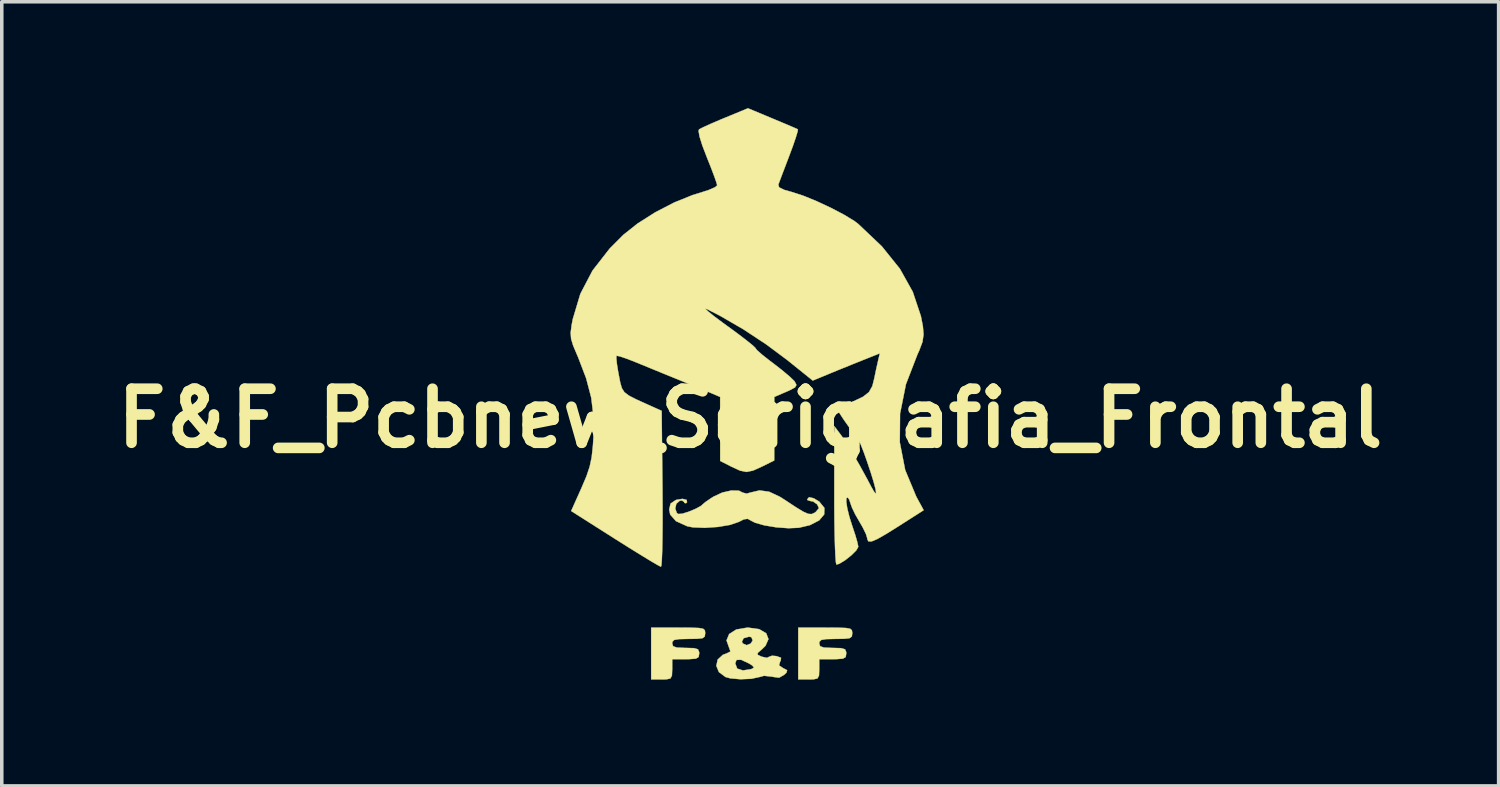
<source format=kicad_pcb>
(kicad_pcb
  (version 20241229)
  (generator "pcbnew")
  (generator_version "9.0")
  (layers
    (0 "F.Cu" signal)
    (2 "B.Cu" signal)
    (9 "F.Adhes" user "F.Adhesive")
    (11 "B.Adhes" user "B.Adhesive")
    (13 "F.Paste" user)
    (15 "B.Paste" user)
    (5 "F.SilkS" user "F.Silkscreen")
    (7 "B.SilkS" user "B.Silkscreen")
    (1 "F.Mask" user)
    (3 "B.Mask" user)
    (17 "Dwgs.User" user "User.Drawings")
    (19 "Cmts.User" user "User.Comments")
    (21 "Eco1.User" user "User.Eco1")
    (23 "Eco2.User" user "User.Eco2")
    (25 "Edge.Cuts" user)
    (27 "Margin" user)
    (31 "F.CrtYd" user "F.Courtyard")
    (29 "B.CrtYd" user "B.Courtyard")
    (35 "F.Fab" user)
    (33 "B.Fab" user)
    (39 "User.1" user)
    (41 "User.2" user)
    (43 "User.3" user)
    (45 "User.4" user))
  (footprint "F&F_Pcbnew_Serigrafia_Frontal"
    (layer "F.Cu")
    (at 18.114 8.751)
    (property "Reference" "F&F_Pcbnew_Serigrafia_Frontal" (at 0 0 0) (layer "F.SilkS") (effects (font (size 1.524 1.524) (thickness 0.3))))
    (attr through_hole)
    (fp_poly (pts (xy -1.671 5.907) (xy -1.447 5.915) (xy -1.328 5.937) (xy -1.279 5.98) (xy -1.27 6.05) (xy -1.27 6.064) (xy -1.282 6.155) (xy -1.346 6.203) (xy -1.503 6.22) (xy -1.736 6.223) (xy -2.005 6.229) (xy -2.145 6.252) (xy -2.196 6.305) (xy -2.201 6.35) (xy -2.176 6.429) (xy -2.073 6.467) (xy -1.848 6.477) (xy -1.82 6.477) (xy -1.585 6.484) (xy -1.474 6.516) (xy -1.441 6.593) (xy -1.439 6.636) (xy -1.455 6.734) (xy -1.533 6.78) (xy -1.718 6.794) (xy -1.82 6.795) (xy -2.201 6.795) (xy -2.201 7.08) (xy -2.208 7.256) (xy -2.251 7.339) (xy -2.366 7.364) (xy -2.498 7.366) (xy -2.794 7.366) (xy -2.794 5.905) (xy -2.032 5.905) (xy -1.671 5.907)) (stroke (width 0.01) (type solid)) (fill yes) (layer "F.SilkS"))
    (fp_poly (pts (xy 2.477 5.907) (xy 2.701 5.915) (xy 2.821 5.937) (xy 2.869 5.98) (xy 2.879 6.05) (xy 2.879 6.064) (xy 2.867 6.155) (xy 2.803 6.203) (xy 2.646 6.22) (xy 2.413 6.223) (xy 2.144 6.229) (xy 2.004 6.252) (xy 1.952 6.305) (xy 1.947 6.35) (xy 1.972 6.429) (xy 2.076 6.467) (xy 2.301 6.477) (xy 2.328 6.477) (xy 2.563 6.484) (xy 2.675 6.516) (xy 2.708 6.593) (xy 2.709 6.636) (xy 2.694 6.734) (xy 2.616 6.78) (xy 2.431 6.794) (xy 2.328 6.795) (xy 1.947 6.795) (xy 1.947 7.08) (xy 1.941 7.256) (xy 1.898 7.339) (xy 1.783 7.364) (xy 1.651 7.366) (xy 1.355 7.366) (xy 1.355 5.905) (xy 2.117 5.905) (xy 2.477 5.907)) (stroke (width 0.01) (type solid)) (fill yes) (layer "F.SilkS"))
    (fp_poly (pts (xy 0.254 5.949) (xy 0.451 6.064) (xy 0.515 6.228) (xy 0.431 6.418) (xy 0.331 6.515) (xy 0.213 6.617) (xy 0.21 6.671) (xy 0.32 6.723) (xy 0.324 6.725) (xy 0.475 6.758) (xy 0.522 6.732) (xy 0.614 6.698) (xy 0.739 6.708) (xy 0.87 6.755) (xy 0.858 6.841) (xy 0.844 6.862) (xy 0.812 6.969) (xy 0.926 7.046) (xy 0.928 7.047) (xy 1.042 7.107) (xy 1.023 7.174) (xy 0.959 7.235) (xy 0.816 7.317) (xy 0.647 7.295) (xy 0.633 7.29) (xy 0.391 7.263) (xy 0.27 7.296) (xy 0.03 7.348) (xy -0.276 7.361) (xy -0.563 7.335) (xy -0.697 7.298) (xy -0.883 7.159) (xy -0.956 6.982) (xy -0.94 6.911) (xy -0.423 6.911) (xy -0.368 7.06) (xy -0.206 7.113) (xy 0.035 7.073) (xy 0.108 7.034) (xy 0.056 6.972) (xy -0.035 6.915) (xy -0.255 6.812) (xy -0.385 6.815) (xy -0.423 6.911) (xy -0.94 6.911) (xy -0.918 6.806) (xy -0.77 6.671) (xy -0.665 6.633) (xy -0.558 6.579) (xy -0.591 6.479) (xy -0.593 6.477) (xy -0.655 6.302) (xy -0.234 6.302) (xy -0.209 6.353) (xy -0.1 6.4) (xy 0.016 6.353) (xy 0.07 6.265) (xy 0.034 6.175) (xy -0.031 6.16) (xy -0.185 6.203) (xy -0.234 6.302) (xy -0.655 6.302) (xy -0.668 6.266) (xy -0.594 6.086) (xy -0.394 5.958) (xy -0.087 5.906) (xy -0.06 5.905) (xy 0.254 5.949)) (stroke (width 0.01) (type solid)) (fill yes) (layer "F.SilkS"))
    (fp_poly (pts (xy 0.535 2.072) (xy 0.84 2.215) (xy 0.977 2.302) (xy 1.284 2.505) (xy 1.494 2.633) (xy 1.635 2.695) (xy 1.732 2.702) (xy 1.815 2.665) (xy 1.848 2.642) (xy 1.939 2.536) (xy 1.89 2.428) (xy 1.773 2.345) (xy 1.701 2.334) (xy 1.614 2.306) (xy 1.609 2.286) (xy 1.66 2.226) (xy 1.79 2.255) (xy 1.947 2.349) (xy 2.093 2.528) (xy 2.087 2.711) (xy 1.946 2.879) (xy 1.684 3.014) (xy 1.368 3.088) (xy 1.078 3.1) (xy 0.735 3.075) (xy 0.401 3.02) (xy 0.137 2.945) (xy 0.035 2.893) (xy -0.07 2.835) (xy -0.181 2.85) (xy -0.322 2.922) (xy -0.568 3.006) (xy -0.912 3.064) (xy -1.284 3.089) (xy -1.616 3.076) (xy -1.776 3.045) (xy -2.094 2.901) (xy -2.257 2.716) (xy -2.286 2.572) (xy -2.246 2.405) (xy -2.103 2.308) (xy -2.077 2.299) (xy -1.91 2.272) (xy -1.795 2.3) (xy -1.781 2.366) (xy -1.812 2.396) (xy -1.859 2.386) (xy -1.863 2.362) (xy -1.924 2.318) (xy -1.99 2.327) (xy -2.085 2.411) (xy -2.115 2.548) (xy -2.07 2.67) (xy -2.03 2.699) (xy -1.918 2.692) (xy -1.73 2.633) (xy -1.53 2.549) (xy -1.379 2.464) (xy -1.339 2.426) (xy -1.262 2.361) (xy -1.102 2.252) (xy -1.031 2.207) (xy -0.786 2.094) (xy -0.532 2.037) (xy -0.319 2.041) (xy -0.212 2.096) (xy -0.099 2.125) (xy -0.000428 2.096) (xy 0.264 2.034) (xy 0.535 2.072)) (stroke (width 0.01) (type solid)) (fill yes) (layer "F.SilkS"))
    (fp_poly (pts (xy 0.625 -8.459) (xy 0.928 -8.332) (xy 1.171 -8.229) (xy 1.318 -8.165) (xy 1.345 -8.152) (xy 1.336 -8.087) (xy 1.287 -7.924) (xy 1.207 -7.69) (xy 1.105 -7.415) (xy 0.994 -7.123) (xy 0.897 -6.869) (xy 0.827 -6.682) (xy 0.794 -6.594) (xy 0.814 -6.517) (xy 0.956 -6.446) (xy 1.168 -6.386) (xy 1.483 -6.285) (xy 1.867 -6.129) (xy 2.27 -5.941) (xy 2.644 -5.745) (xy 2.939 -5.566) (xy 3.048 -5.483) (xy 3.714 -4.851) (xy 4.223 -4.218) (xy 4.586 -3.568) (xy 4.815 -2.883) (xy 4.871 -2.597) (xy 4.89 -2.366) (xy 4.86 -2.156) (xy 4.767 -1.909) (xy 4.718 -1.803) (xy 4.393 -0.961) (xy 4.227 -0.132) (xy 4.22 0.678) (xy 4.372 1.459) (xy 4.683 2.205) (xy 4.688 2.215) (xy 4.893 2.592) (xy 4.188 3.042) (xy 3.833 3.264) (xy 3.584 3.406) (xy 3.424 3.473) (xy 3.336 3.473) (xy 3.303 3.411) (xy 3.301 3.381) (xy 3.266 3.265) (xy 3.177 3.082) (xy 3.09 2.931) (xy 2.966 2.716) (xy 2.873 2.522) (xy 2.84 2.431) (xy 2.795 2.297) (xy 2.755 2.236) (xy 2.715 2.248) (xy 2.71 2.359) (xy 2.739 2.545) (xy 2.798 2.782) (xy 2.881 3.044) (xy 2.962 3.286) (xy 3.021 3.491) (xy 3.048 3.618) (xy 3.048 3.628) (xy 2.991 3.728) (xy 2.851 3.866) (xy 2.677 4.004) (xy 2.515 4.102) (xy 2.434 4.127) (xy 2.418 4.066) (xy 2.404 3.894) (xy 2.392 3.625) (xy 2.382 3.275) (xy 2.375 2.859) (xy 2.372 2.393) (xy 2.372 2.175) (xy 2.373 0.222) (xy 2.564 0.476) (xy 2.71 0.689) (xy 2.895 0.991) (xy 3.102 1.352) (xy 3.314 1.74) (xy 3.417 1.937) (xy 3.495 2.071) (xy 3.544 2.12) (xy 3.552 2.107) (xy 3.534 1.989) (xy 3.48 1.785) (xy 3.4 1.527) (xy 3.306 1.245) (xy 3.209 0.971) (xy 3.117 0.735) (xy 3.043 0.569) (xy 3.005 0.508) (xy 2.9 0.392) (xy 2.77 0.223) (xy 2.639 0.038) (xy 2.53 -0.129) (xy 2.467 -0.245) (xy 2.463 -0.277) (xy 2.55 -0.318) (xy 2.737 -0.402) (xy 2.902 -0.474) (xy 3.183 -0.608) (xy 3.35 -0.739) (xy 3.446 -0.909) (xy 3.504 -1.143) (xy 3.551 -1.372) (xy 3.599 -1.586) (xy 3.609 -1.631) (xy 3.657 -1.833) (xy 3.205 -1.653) (xy 2.869 -1.518) (xy 2.489 -1.364) (xy 2.258 -1.269) (xy 1.765 -1.065) (xy 1.04 -1.648) (xy 0.452 -2.086) (xy -0.196 -2.513) (xy -0.847 -2.89) (xy -1.228 -3.085) (xy -1.264 -3.089) (xy -1.191 -3.018) (xy -1.023 -2.883) (xy -0.774 -2.697) (xy -0.659 -2.613) (xy -0.358 -2.393) (xy -0.109 -2.203) (xy 0.066 -2.062) (xy 0.146 -1.986) (xy 0.148 -1.979) (xy 0.197 -1.918) (xy 0.34 -1.792) (xy 0.552 -1.625) (xy 0.644 -1.556) (xy 0.894 -1.362) (xy 1.104 -1.186) (xy 1.238 -1.058) (xy 1.257 -1.034) (xy 1.304 -0.942) (xy 1.264 -0.871) (xy 1.11 -0.789) (xy 1.018 -0.749) (xy 0.679 -0.603) (xy 0.678 0.293) (xy 0.677 1.19) (xy 0.34 1.357) (xy 0.084 1.473) (xy -0.105 1.513) (xy -0.289 1.475) (xy -0.531 1.363) (xy -0.847 1.202) (xy -0.847 0.299) (xy -0.848 -0.603) (xy -1.103 -0.712) (xy -1.297 -0.793) (xy -1.586 -0.912) (xy -1.917 -1.047) (xy -2.013 -1.086) (xy -2.4 -1.243) (xy -2.812 -1.412) (xy -3.167 -1.558) (xy -3.201 -1.572) (xy -3.466 -1.676) (xy -3.668 -1.745) (xy -3.768 -1.766) (xy -3.771 -1.765) (xy -3.777 -1.694) (xy -3.76 -1.528) (xy -3.723 -1.301) (xy -3.709 -1.228) (xy -3.666 -1.006) (xy -3.622 -0.852) (xy -3.551 -0.739) (xy -3.425 -0.642) (xy -3.217 -0.535) (xy -2.901 -0.392) (xy -2.794 -0.344) (xy -2.498 -0.211) (xy -2.475 1.99) (xy -2.472 2.504) (xy -2.472 2.975) (xy -2.476 3.389) (xy -2.483 3.732) (xy -2.493 3.988) (xy -2.505 4.144) (xy -2.518 4.187) (xy -2.6 4.146) (xy -2.789 4.036) (xy -3.065 3.868) (xy -3.407 3.657) (xy -3.793 3.414) (xy -3.817 3.399) (xy -5.051 2.615) (xy -4.757 1.958) (xy -4.62 1.636) (xy -4.529 1.365) (xy -4.472 1.096) (xy -4.438 0.781) (xy -4.422 0.536) (xy -4.42 -0.045) (xy -4.485 -0.584) (xy -4.628 -1.129) (xy -4.856 -1.726) (xy -4.888 -1.799) (xy -4.996 -2.056) (xy -5.053 -2.244) (xy -5.065 -2.418) (xy -5.038 -2.627) (xy -5.005 -2.799) (xy -4.792 -3.511) (xy -4.449 -4.167) (xy -3.962 -4.792) (xy -3.58 -5.175) (xy -3.175 -5.497) (xy -2.678 -5.812) (xy -2.143 -6.089) (xy -1.623 -6.299) (xy -1.433 -6.357) (xy -1.173 -6.44) (xy -0.991 -6.519) (xy -0.931 -6.573) (xy -0.955 -6.661) (xy -1.02 -6.844) (xy -1.115 -7.094) (xy -1.226 -7.372) (xy -1.352 -7.701) (xy -1.43 -7.951) (xy -1.456 -8.107) (xy -1.443 -8.151) (xy -1.336 -8.207) (xy -1.12 -8.305) (xy -0.834 -8.428) (xy -0.713 -8.478) (xy -0.063 -8.746) (xy 0.625 -8.459)) (stroke (width 0.01) (type solid)) (fill yes) (layer "F.SilkS")))
  (gr_rect
    (start -3 -3)
    (end 39.228 19.122)
    (stroke (width 0.1) (type default))
    (fill no)
    (layer "Edge.Cuts")))
</source>
